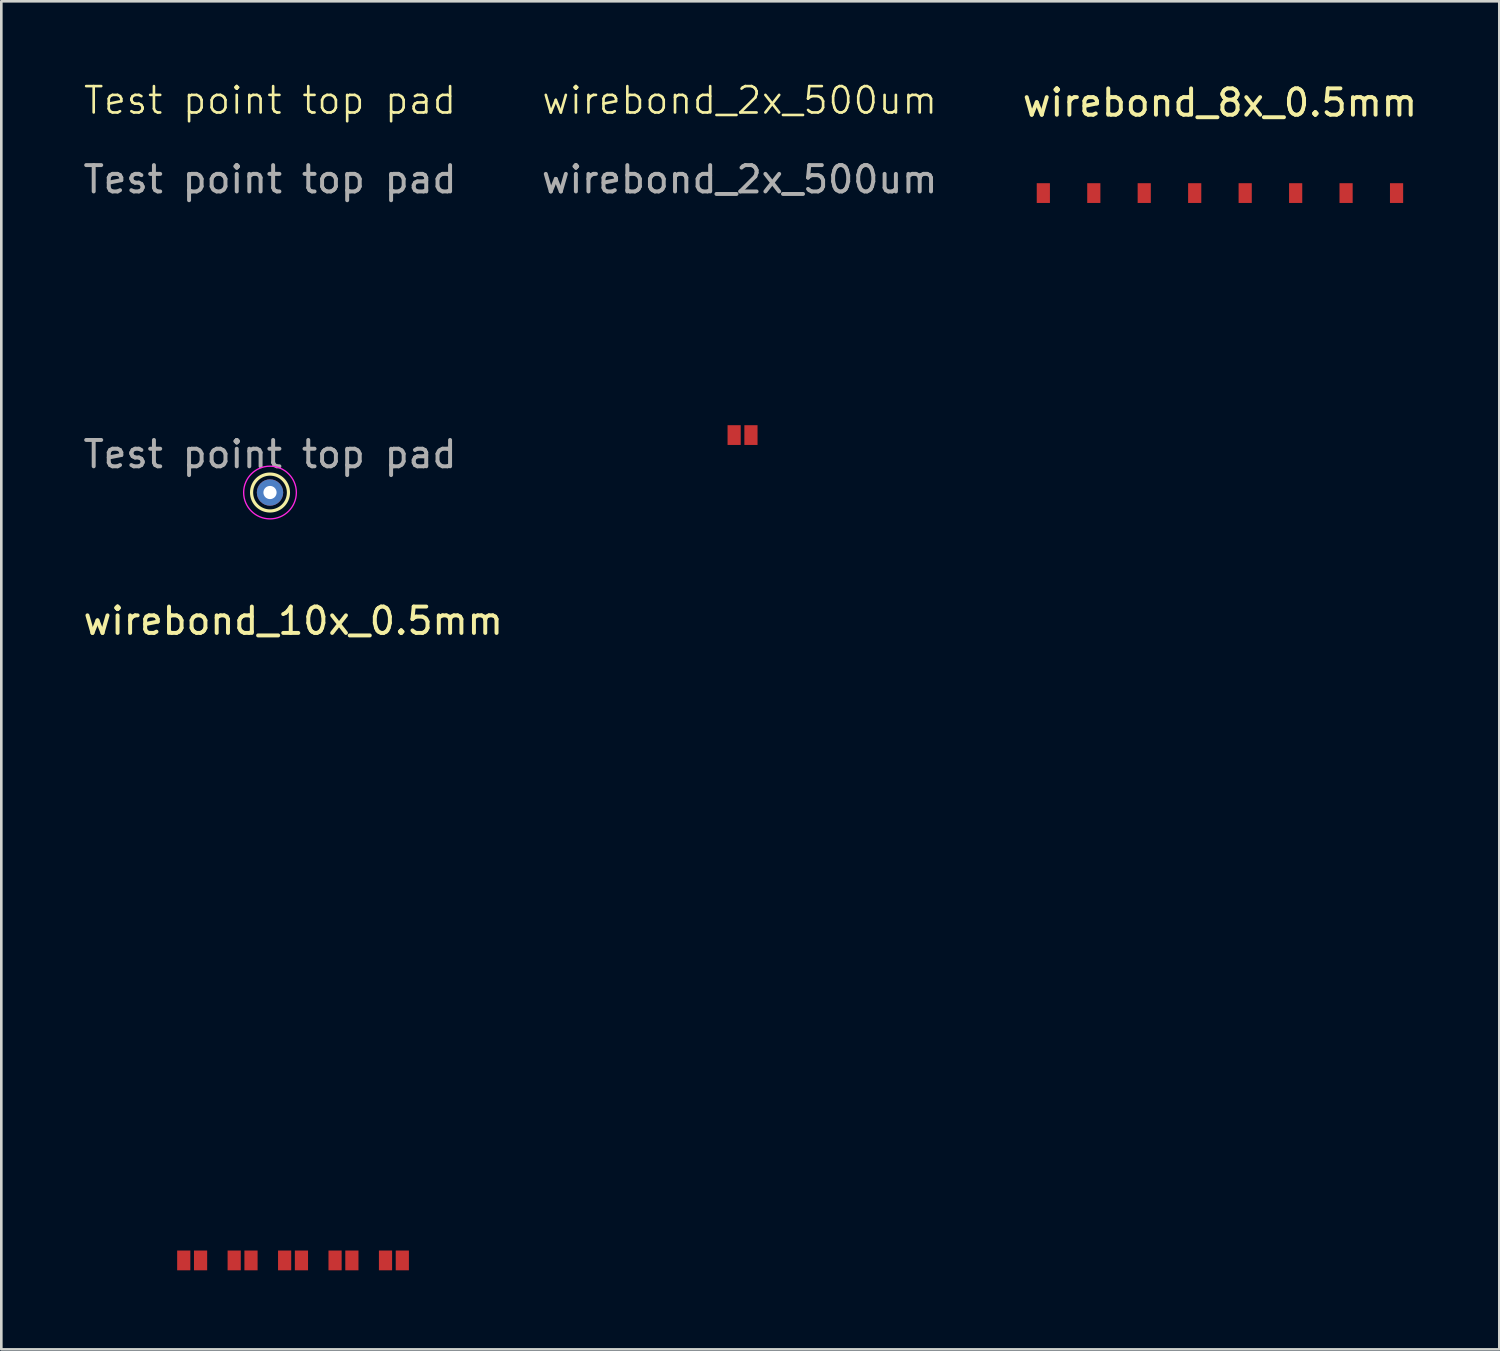
<source format=kicad_pcb>
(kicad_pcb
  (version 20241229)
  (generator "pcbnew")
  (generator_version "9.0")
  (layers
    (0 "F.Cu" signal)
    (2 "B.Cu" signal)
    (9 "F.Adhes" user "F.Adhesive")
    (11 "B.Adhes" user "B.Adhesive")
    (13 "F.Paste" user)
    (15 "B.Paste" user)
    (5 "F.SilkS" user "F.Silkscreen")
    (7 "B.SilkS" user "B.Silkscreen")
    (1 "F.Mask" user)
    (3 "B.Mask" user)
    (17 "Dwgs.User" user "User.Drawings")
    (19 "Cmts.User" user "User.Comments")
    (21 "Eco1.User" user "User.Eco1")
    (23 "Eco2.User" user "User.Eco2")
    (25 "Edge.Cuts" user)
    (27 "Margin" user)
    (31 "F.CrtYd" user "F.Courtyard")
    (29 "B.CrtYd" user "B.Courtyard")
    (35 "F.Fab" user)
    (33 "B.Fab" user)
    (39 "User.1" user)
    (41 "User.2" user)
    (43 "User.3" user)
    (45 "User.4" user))
  (footprint "wirebond_10x_0.5mm"
    (layer "F.Cu")
    (at 8.07 44.78)
    (property "Reference" "wirebond_10x_0.5mm" (at 0.008 -24.267 0) (layer "F.SilkS") (effects (font (size 1 1) (thickness 0.15))))
    (attr through_hole)
    (pad "1" smd rect (at -4.147 0 180) (size 0.5 0.75) (layers "F.Cu" "F.Mask" "F.Paste"))
    (pad "2" smd rect (at -3.509 0 180) (size 0.5 0.75) (layers "F.Cu" "F.Mask" "F.Paste"))
    (pad "3" smd rect (at -2.233 0 180) (size 0.5 0.75) (layers "F.Cu" "F.Mask" "F.Paste"))
    (pad "4" smd rect (at -1.595 0 180) (size 0.5 0.75) (layers "F.Cu" "F.Mask" "F.Paste"))
    (pad "5" smd rect (at -0.319 0 180) (size 0.5 0.75) (layers "F.Cu" "F.Mask" "F.Paste"))
    (pad "6" smd rect (at 0.319 0 180) (size 0.5 0.75) (layers "F.Cu" "F.Mask" "F.Paste"))
    (pad "7" smd rect (at 1.595 0 180) (size 0.5 0.75) (layers "F.Cu" "F.Mask" "F.Paste"))
    (pad "8" smd rect (at 2.233 0 180) (size 0.5 0.75) (layers "F.Cu" "F.Mask" "F.Paste"))
    (pad "9" smd rect (at 3.509 0 180) (size 0.5 0.75) (layers "F.Cu" "F.Mask" "F.Paste"))
    (pad "10" smd rect (at 4.147 0 180) (size 0.5 0.75) (layers "F.Cu" "F.Mask" "F.Paste")))
  (footprint "wirebond_8x_0.5mm"
    (layer "F.Cu")
    (at 43.244 4.277)
    (property "Reference" "wirebond_8x_0.5mm" (at 0 -3.429 0) (layer "F.SilkS") (effects (font (size 1 1) (thickness 0.15))))
    (attr through_hole)
    (pad "1" smd rect (at -6.702 0) (size 0.5 0.75) (layers "F.Cu" "F.Mask" "F.Paste"))
    (pad "2" smd rect (at -4.787 0) (size 0.5 0.75) (layers "F.Cu" "F.Mask" "F.Paste"))
    (pad "3" smd rect (at -2.873 0) (size 0.5 0.75) (layers "F.Cu" "F.Mask" "F.Paste"))
    (pad "4" smd rect (at -0.958 0) (size 0.5 0.75) (layers "F.Cu" "F.Mask" "F.Paste"))
    (pad "5" smd rect (at 0.958 0) (size 0.5 0.75) (layers "F.Cu" "F.Mask" "F.Paste"))
    (pad "6" smd rect (at 2.873 0) (size 0.5 0.75) (layers "F.Cu" "F.Mask" "F.Paste"))
    (pad "7" smd rect (at 4.787 0) (size 0.5 0.75) (layers "F.Cu" "F.Mask" "F.Paste"))
    (pad "8" smd rect (at 6.702 0) (size 0.5 0.75) (layers "F.Cu" "F.Mask" "F.Paste")))
  (footprint "wirebond_2x_500um"
    (layer "F.Cu")
    (at 25.128 13.46)
    (property "Reference" "wirebond_2x_500um" (at -0.11 -12.7 0) (unlocked yes) (layer "F.SilkS") (effects (font (size 1 1) (thickness 0.1))))
    (attr smd)
    (fp_text user "${REFERENCE}" (at -0.11 -9.7 0) (unlocked yes) (layer "F.Fab") (effects (font (size 1 1) (thickness 0.15))))
    (pad "1" smd rect (at -0.319 0 180) (size 0.5 0.75) (layers "F.Cu" "F.Mask" "F.Paste"))
    (pad "2" smd rect (at 0.319 0 180) (size 0.5 0.75) (layers "F.Cu" "F.Mask" "F.Paste")))
  (footprint "Test point top pad"
    (layer "F.Cu")
    (at 7.196 15.64)
    (property "Reference" "Test point top pad" (at 0 -14.88 0) (unlocked yes) (layer "F.SilkS") (effects (font (size 1 1) (thickness 0.1))))
    (attr through_hole)
    (fp_circle (center 0 0) (end 0 0.7) (stroke (width 0.12) (type solid)) (fill no) (layer "F.SilkS"))
    (fp_circle (center 0 0) (end 1 0) (stroke (width 0.05) (type solid)) (fill no) (layer "F.CrtYd"))
    (fp_text user "${REFERENCE}" (at 0 -11.88 0) (unlocked yes) (layer "F.Fab") (effects (font (size 1 1) (thickness 0.15))))
    (fp_text user "${REFERENCE}" (at 0 -1.45 0) (layer "F.Fab") (effects (font (size 1 1) (thickness 0.15))))
    (pad "1" thru_hole circle (at 0 0) (size 1 1) (drill 0.5) (layers "*.Cu" "F.Mask")))
  (gr_rect
    (start -3 -3)
    (end 53.845 48.155)
    (stroke (width 0.1) (type default))
    (fill no)
    (layer "Edge.Cuts")))
</source>
